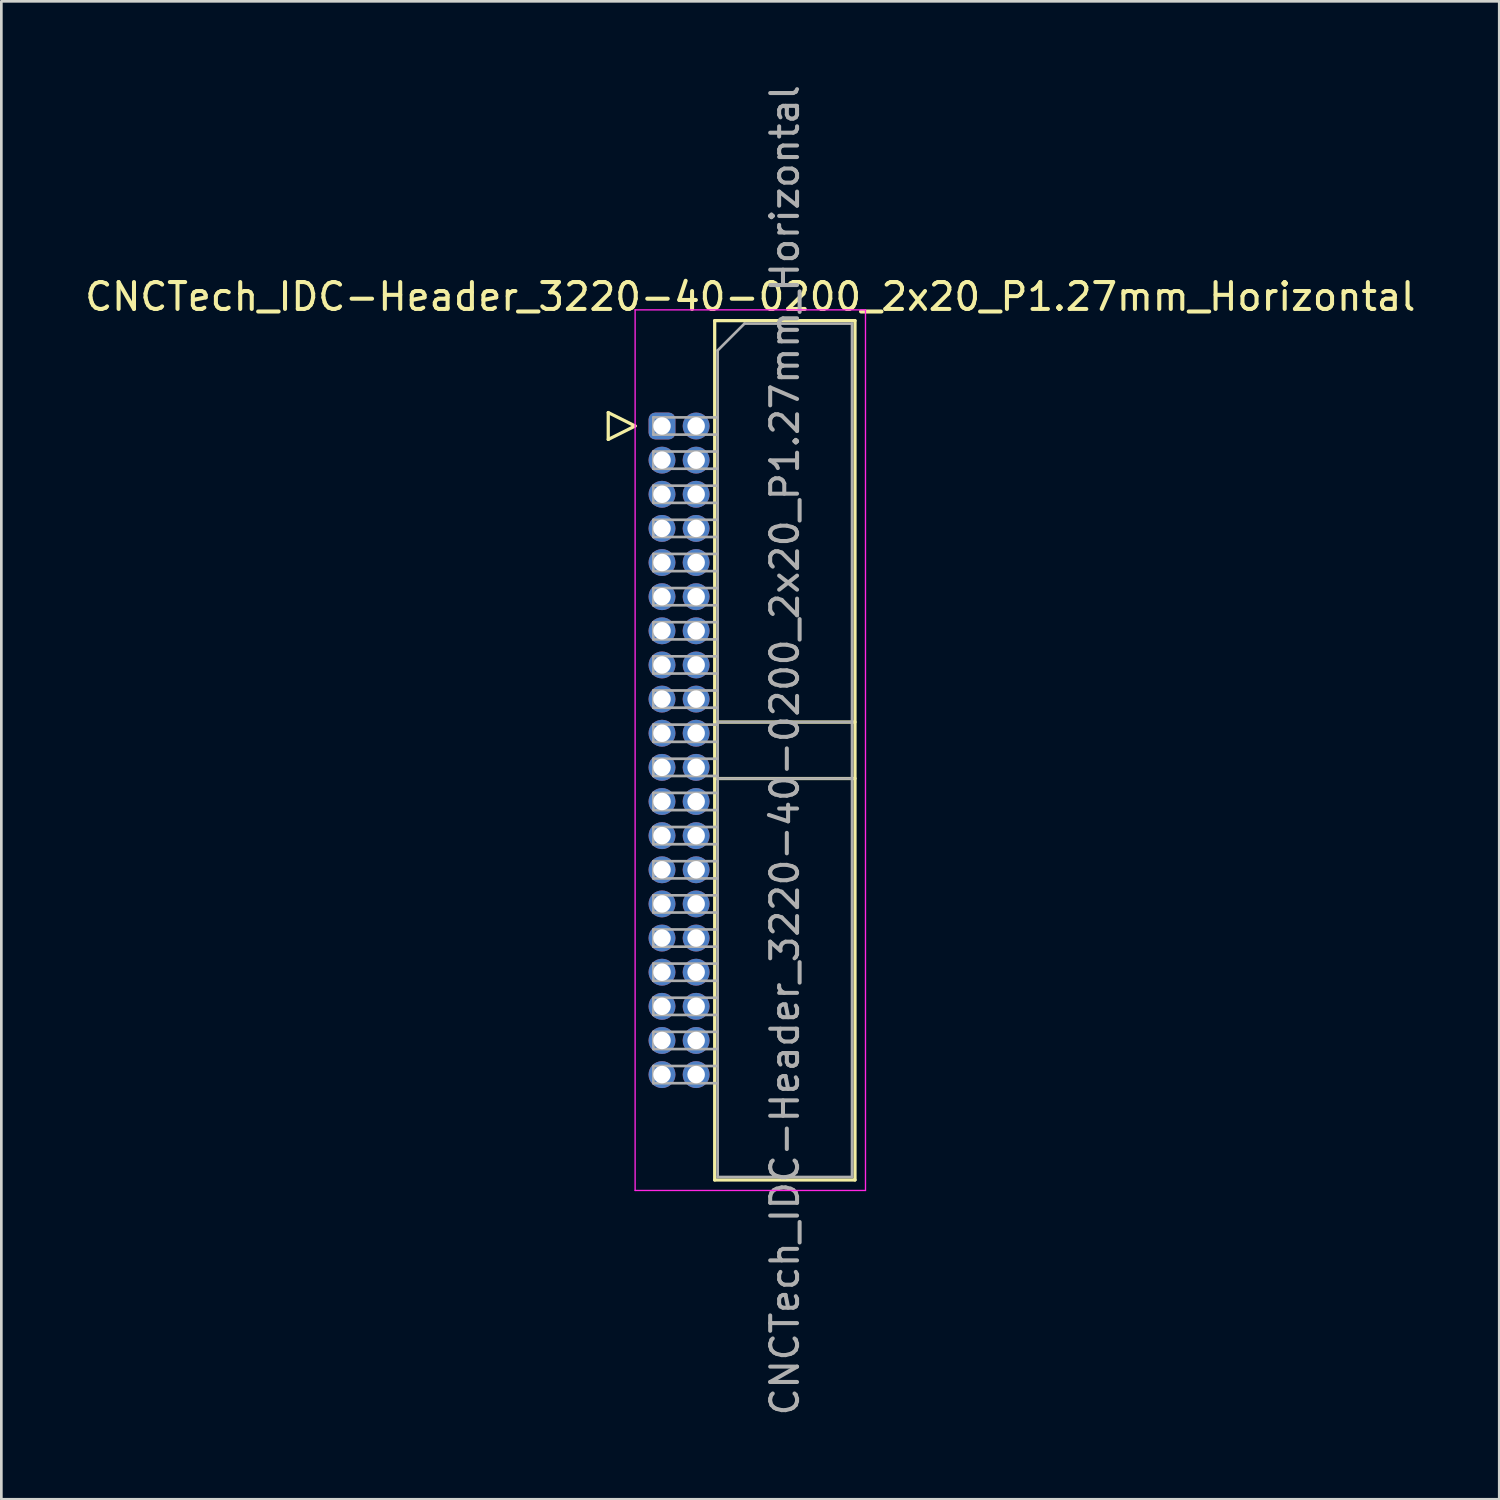
<source format=kicad_pcb>
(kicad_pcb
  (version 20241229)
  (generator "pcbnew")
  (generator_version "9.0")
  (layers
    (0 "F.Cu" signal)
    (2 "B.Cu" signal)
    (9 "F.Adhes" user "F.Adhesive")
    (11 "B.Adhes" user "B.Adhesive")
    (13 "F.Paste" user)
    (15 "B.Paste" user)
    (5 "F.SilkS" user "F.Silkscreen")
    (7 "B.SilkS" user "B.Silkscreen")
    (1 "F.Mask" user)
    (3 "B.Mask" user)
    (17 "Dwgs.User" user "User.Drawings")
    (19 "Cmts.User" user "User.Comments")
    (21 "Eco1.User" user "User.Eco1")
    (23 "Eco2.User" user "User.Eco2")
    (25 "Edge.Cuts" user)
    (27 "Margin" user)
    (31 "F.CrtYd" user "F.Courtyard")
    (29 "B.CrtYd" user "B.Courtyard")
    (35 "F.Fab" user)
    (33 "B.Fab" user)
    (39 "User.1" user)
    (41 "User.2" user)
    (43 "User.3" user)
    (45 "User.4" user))
  (footprint "CNCTech_IDC-Header_3220-40-0200_2x20_P1.27mm_Horizontal"
    (layer "F.Cu")
    (at 21.578 12.798)
    (property "Reference" "CNCTech_IDC-Header_3220-40-0200_2x20_P1.27mm_Horizontal" (at 3.285 -4.81 0) (layer "F.SilkS") (effects (font (size 1 1) (thickness 0.15))))
    (attr through_hole)
    (fp_line (start -2 -0.5) (end -2 0.5) (stroke (width 0.12) (type solid)) (layer "F.SilkS"))
    (fp_line (start -2 0.5) (end -1 0) (stroke (width 0.12) (type solid)) (layer "F.SilkS"))
    (fp_line (start -1 0) (end -2 -0.5) (stroke (width 0.12) (type solid)) (layer "F.SilkS"))
    (fp_line (start 1.96 -3.92) (end 7.18 -3.92) (stroke (width 0.12) (type solid)) (layer "F.SilkS"))
    (fp_line (start 1.96 11.015) (end 7.18 11.015) (stroke (width 0.12) (type solid)) (layer "F.SilkS"))
    (fp_line (start 1.96 13.115) (end 7.18 13.115) (stroke (width 0.12) (type solid)) (layer "F.SilkS"))
    (fp_line (start 1.96 28.05) (end 1.96 -3.92) (stroke (width 0.12) (type solid)) (layer "F.SilkS"))
    (fp_line (start 7.18 -3.92) (end 7.18 28.05) (stroke (width 0.12) (type solid)) (layer "F.SilkS"))
    (fp_line (start 7.18 28.05) (end 1.96 28.05) (stroke (width 0.12) (type solid)) (layer "F.SilkS"))
    (fp_line (start -1 -4.32) (end -1 28.44) (stroke (width 0.05) (type solid)) (layer "F.CrtYd"))
    (fp_line (start -1 28.44) (end 7.57 28.44) (stroke (width 0.05) (type solid)) (layer "F.CrtYd"))
    (fp_line (start 7.57 -4.32) (end -1 -4.32) (stroke (width 0.05) (type solid)) (layer "F.CrtYd"))
    (fp_line (start 7.57 28.44) (end 7.57 -4.32) (stroke (width 0.05) (type solid)) (layer "F.CrtYd"))
    (fp_line (start -0.32 -0.32) (end -0.32 0.32) (stroke (width 0.1) (type solid)) (layer "F.Fab"))
    (fp_line (start -0.32 0.32) (end 2.07 0.32) (stroke (width 0.1) (type solid)) (layer "F.Fab"))
    (fp_line (start -0.32 0.95) (end -0.32 1.59) (stroke (width 0.1) (type solid)) (layer "F.Fab"))
    (fp_line (start -0.32 1.59) (end 2.07 1.59) (stroke (width 0.1) (type solid)) (layer "F.Fab"))
    (fp_line (start -0.32 2.22) (end -0.32 2.86) (stroke (width 0.1) (type solid)) (layer "F.Fab"))
    (fp_line (start -0.32 2.86) (end 2.07 2.86) (stroke (width 0.1) (type solid)) (layer "F.Fab"))
    (fp_line (start -0.32 3.49) (end -0.32 4.13) (stroke (width 0.1) (type solid)) (layer "F.Fab"))
    (fp_line (start -0.32 4.13) (end 2.07 4.13) (stroke (width 0.1) (type solid)) (layer "F.Fab"))
    (fp_line (start -0.32 4.76) (end -0.32 5.4) (stroke (width 0.1) (type solid)) (layer "F.Fab"))
    (fp_line (start -0.32 5.4) (end 2.07 5.4) (stroke (width 0.1) (type solid)) (layer "F.Fab"))
    (fp_line (start -0.32 6.03) (end -0.32 6.67) (stroke (width 0.1) (type solid)) (layer "F.Fab"))
    (fp_line (start -0.32 6.67) (end 2.07 6.67) (stroke (width 0.1) (type solid)) (layer "F.Fab"))
    (fp_line (start -0.32 7.3) (end -0.32 7.94) (stroke (width 0.1) (type solid)) (layer "F.Fab"))
    (fp_line (start -0.32 7.94) (end 2.07 7.94) (stroke (width 0.1) (type solid)) (layer "F.Fab"))
    (fp_line (start -0.32 8.57) (end -0.32 9.21) (stroke (width 0.1) (type solid)) (layer "F.Fab"))
    (fp_line (start -0.32 9.21) (end 2.07 9.21) (stroke (width 0.1) (type solid)) (layer "F.Fab"))
    (fp_line (start -0.32 9.84) (end -0.32 10.48) (stroke (width 0.1) (type solid)) (layer "F.Fab"))
    (fp_line (start -0.32 10.48) (end 2.07 10.48) (stroke (width 0.1) (type solid)) (layer "F.Fab"))
    (fp_line (start -0.32 11.11) (end -0.32 11.75) (stroke (width 0.1) (type solid)) (layer "F.Fab"))
    (fp_line (start -0.32 11.75) (end 2.07 11.75) (stroke (width 0.1) (type solid)) (layer "F.Fab"))
    (fp_line (start -0.32 12.38) (end -0.32 13.02) (stroke (width 0.1) (type solid)) (layer "F.Fab"))
    (fp_line (start -0.32 13.02) (end 2.07 13.02) (stroke (width 0.1) (type solid)) (layer "F.Fab"))
    (fp_line (start -0.32 13.65) (end -0.32 14.29) (stroke (width 0.1) (type solid)) (layer "F.Fab"))
    (fp_line (start -0.32 14.29) (end 2.07 14.29) (stroke (width 0.1) (type solid)) (layer "F.Fab"))
    (fp_line (start -0.32 14.92) (end -0.32 15.56) (stroke (width 0.1) (type solid)) (layer "F.Fab"))
    (fp_line (start -0.32 15.56) (end 2.07 15.56) (stroke (width 0.1) (type solid)) (layer "F.Fab"))
    (fp_line (start -0.32 16.19) (end -0.32 16.83) (stroke (width 0.1) (type solid)) (layer "F.Fab"))
    (fp_line (start -0.32 16.83) (end 2.07 16.83) (stroke (width 0.1) (type solid)) (layer "F.Fab"))
    (fp_line (start -0.32 17.46) (end -0.32 18.1) (stroke (width 0.1) (type solid)) (layer "F.Fab"))
    (fp_line (start -0.32 18.1) (end 2.07 18.1) (stroke (width 0.1) (type solid)) (layer "F.Fab"))
    (fp_line (start -0.32 18.73) (end -0.32 19.37) (stroke (width 0.1) (type solid)) (layer "F.Fab"))
    (fp_line (start -0.32 19.37) (end 2.07 19.37) (stroke (width 0.1) (type solid)) (layer "F.Fab"))
    (fp_line (start -0.32 20) (end -0.32 20.64) (stroke (width 0.1) (type solid)) (layer "F.Fab"))
    (fp_line (start -0.32 20.64) (end 2.07 20.64) (stroke (width 0.1) (type solid)) (layer "F.Fab"))
    (fp_line (start -0.32 21.27) (end -0.32 21.91) (stroke (width 0.1) (type solid)) (layer "F.Fab"))
    (fp_line (start -0.32 21.91) (end 2.07 21.91) (stroke (width 0.1) (type solid)) (layer "F.Fab"))
    (fp_line (start -0.32 22.54) (end -0.32 23.18) (stroke (width 0.1) (type solid)) (layer "F.Fab"))
    (fp_line (start -0.32 23.18) (end 2.07 23.18) (stroke (width 0.1) (type solid)) (layer "F.Fab"))
    (fp_line (start -0.32 23.81) (end -0.32 24.45) (stroke (width 0.1) (type solid)) (layer "F.Fab"))
    (fp_line (start -0.32 24.45) (end 2.07 24.45) (stroke (width 0.1) (type solid)) (layer "F.Fab"))
    (fp_line (start 2.07 -2.81) (end 3.07 -3.81) (stroke (width 0.1) (type solid)) (layer "F.Fab"))
    (fp_line (start 2.07 -0.32) (end -0.32 -0.32) (stroke (width 0.1) (type solid)) (layer "F.Fab"))
    (fp_line (start 2.07 0.95) (end -0.32 0.95) (stroke (width 0.1) (type solid)) (layer "F.Fab"))
    (fp_line (start 2.07 2.22) (end -0.32 2.22) (stroke (width 0.1) (type solid)) (layer "F.Fab"))
    (fp_line (start 2.07 3.49) (end -0.32 3.49) (stroke (width 0.1) (type solid)) (layer "F.Fab"))
    (fp_line (start 2.07 4.76) (end -0.32 4.76) (stroke (width 0.1) (type solid)) (layer "F.Fab"))
    (fp_line (start 2.07 6.03) (end -0.32 6.03) (stroke (width 0.1) (type solid)) (layer "F.Fab"))
    (fp_line (start 2.07 7.3) (end -0.32 7.3) (stroke (width 0.1) (type solid)) (layer "F.Fab"))
    (fp_line (start 2.07 8.57) (end -0.32 8.57) (stroke (width 0.1) (type solid)) (layer "F.Fab"))
    (fp_line (start 2.07 9.84) (end -0.32 9.84) (stroke (width 0.1) (type solid)) (layer "F.Fab"))
    (fp_line (start 2.07 11.015) (end 7.07 11.015) (stroke (width 0.1) (type solid)) (layer "F.Fab"))
    (fp_line (start 2.07 11.11) (end -0.32 11.11) (stroke (width 0.1) (type solid)) (layer "F.Fab"))
    (fp_line (start 2.07 12.38) (end -0.32 12.38) (stroke (width 0.1) (type solid)) (layer "F.Fab"))
    (fp_line (start 2.07 13.115) (end 7.07 13.115) (stroke (width 0.1) (type solid)) (layer "F.Fab"))
    (fp_line (start 2.07 13.65) (end -0.32 13.65) (stroke (width 0.1) (type solid)) (layer "F.Fab"))
    (fp_line (start 2.07 14.92) (end -0.32 14.92) (stroke (width 0.1) (type solid)) (layer "F.Fab"))
    (fp_line (start 2.07 16.19) (end -0.32 16.19) (stroke (width 0.1) (type solid)) (layer "F.Fab"))
    (fp_line (start 2.07 17.46) (end -0.32 17.46) (stroke (width 0.1) (type solid)) (layer "F.Fab"))
    (fp_line (start 2.07 18.73) (end -0.32 18.73) (stroke (width 0.1) (type solid)) (layer "F.Fab"))
    (fp_line (start 2.07 20) (end -0.32 20) (stroke (width 0.1) (type solid)) (layer "F.Fab"))
    (fp_line (start 2.07 21.27) (end -0.32 21.27) (stroke (width 0.1) (type solid)) (layer "F.Fab"))
    (fp_line (start 2.07 22.54) (end -0.32 22.54) (stroke (width 0.1) (type solid)) (layer "F.Fab"))
    (fp_line (start 2.07 23.81) (end -0.32 23.81) (stroke (width 0.1) (type solid)) (layer "F.Fab"))
    (fp_line (start 2.07 27.94) (end 2.07 -2.81) (stroke (width 0.1) (type solid)) (layer "F.Fab"))
    (fp_line (start 3.07 -3.81) (end 7.07 -3.81) (stroke (width 0.1) (type solid)) (layer "F.Fab"))
    (fp_line (start 7.07 -3.81) (end 7.07 27.94) (stroke (width 0.1) (type solid)) (layer "F.Fab"))
    (fp_line (start 7.07 27.94) (end 2.07 27.94) (stroke (width 0.1) (type solid)) (layer "F.Fab"))
    (fp_text user "${REFERENCE}" (at 4.57 12.065 90) (layer "F.Fab") (effects (font (size 1 1) (thickness 0.15))))
    (pad "1" thru_hole roundrect (at 0 0) (size 1 1) (drill 0.65) (layers "*.Cu" "*.Mask") (roundrect_rratio 0.25))
    (pad "2" thru_hole circle (at 1.27 0) (size 1 1) (drill 0.65) (layers "*.Cu" "*.Mask"))
    (pad "3" thru_hole circle (at 0 1.27) (size 1 1) (drill 0.65) (layers "*.Cu" "*.Mask"))
    (pad "4" thru_hole circle (at 1.27 1.27) (size 1 1) (drill 0.65) (layers "*.Cu" "*.Mask"))
    (pad "5" thru_hole circle (at 0 2.54) (size 1 1) (drill 0.65) (layers "*.Cu" "*.Mask"))
    (pad "6" thru_hole circle (at 1.27 2.54) (size 1 1) (drill 0.65) (layers "*.Cu" "*.Mask"))
    (pad "7" thru_hole circle (at 0 3.81) (size 1 1) (drill 0.65) (layers "*.Cu" "*.Mask"))
    (pad "8" thru_hole circle (at 1.27 3.81) (size 1 1) (drill 0.65) (layers "*.Cu" "*.Mask"))
    (pad "9" thru_hole circle (at 0 5.08) (size 1 1) (drill 0.65) (layers "*.Cu" "*.Mask"))
    (pad "10" thru_hole circle (at 1.27 5.08) (size 1 1) (drill 0.65) (layers "*.Cu" "*.Mask"))
    (pad "11" thru_hole circle (at 0 6.35) (size 1 1) (drill 0.65) (layers "*.Cu" "*.Mask"))
    (pad "12" thru_hole circle (at 1.27 6.35) (size 1 1) (drill 0.65) (layers "*.Cu" "*.Mask"))
    (pad "13" thru_hole circle (at 0 7.62) (size 1 1) (drill 0.65) (layers "*.Cu" "*.Mask"))
    (pad "14" thru_hole circle (at 1.27 7.62) (size 1 1) (drill 0.65) (layers "*.Cu" "*.Mask"))
    (pad "15" thru_hole circle (at 0 8.89) (size 1 1) (drill 0.65) (layers "*.Cu" "*.Mask"))
    (pad "16" thru_hole circle (at 1.27 8.89) (size 1 1) (drill 0.65) (layers "*.Cu" "*.Mask"))
    (pad "17" thru_hole circle (at 0 10.16) (size 1 1) (drill 0.65) (layers "*.Cu" "*.Mask"))
    (pad "18" thru_hole circle (at 1.27 10.16) (size 1 1) (drill 0.65) (layers "*.Cu" "*.Mask"))
    (pad "19" thru_hole circle (at 0 11.43) (size 1 1) (drill 0.65) (layers "*.Cu" "*.Mask"))
    (pad "20" thru_hole circle (at 1.27 11.43) (size 1 1) (drill 0.65) (layers "*.Cu" "*.Mask"))
    (pad "21" thru_hole circle (at 0 12.7) (size 1 1) (drill 0.65) (layers "*.Cu" "*.Mask"))
    (pad "22" thru_hole circle (at 1.27 12.7) (size 1 1) (drill 0.65) (layers "*.Cu" "*.Mask"))
    (pad "23" thru_hole circle (at 0 13.97) (size 1 1) (drill 0.65) (layers "*.Cu" "*.Mask"))
    (pad "24" thru_hole circle (at 1.27 13.97) (size 1 1) (drill 0.65) (layers "*.Cu" "*.Mask"))
    (pad "25" thru_hole circle (at 0 15.24) (size 1 1) (drill 0.65) (layers "*.Cu" "*.Mask"))
    (pad "26" thru_hole circle (at 1.27 15.24) (size 1 1) (drill 0.65) (layers "*.Cu" "*.Mask"))
    (pad "27" thru_hole circle (at 0 16.51) (size 1 1) (drill 0.65) (layers "*.Cu" "*.Mask"))
    (pad "28" thru_hole circle (at 1.27 16.51) (size 1 1) (drill 0.65) (layers "*.Cu" "*.Mask"))
    (pad "29" thru_hole circle (at 0 17.78) (size 1 1) (drill 0.65) (layers "*.Cu" "*.Mask"))
    (pad "30" thru_hole circle (at 1.27 17.78) (size 1 1) (drill 0.65) (layers "*.Cu" "*.Mask"))
    (pad "31" thru_hole circle (at 0 19.05) (size 1 1) (drill 0.65) (layers "*.Cu" "*.Mask"))
    (pad "32" thru_hole circle (at 1.27 19.05) (size 1 1) (drill 0.65) (layers "*.Cu" "*.Mask"))
    (pad "33" thru_hole circle (at 0 20.32) (size 1 1) (drill 0.65) (layers "*.Cu" "*.Mask"))
    (pad "34" thru_hole circle (at 1.27 20.32) (size 1 1) (drill 0.65) (layers "*.Cu" "*.Mask"))
    (pad "35" thru_hole circle (at 0 21.59) (size 1 1) (drill 0.65) (layers "*.Cu" "*.Mask"))
    (pad "36" thru_hole circle (at 1.27 21.59) (size 1 1) (drill 0.65) (layers "*.Cu" "*.Mask"))
    (pad "37" thru_hole circle (at 0 22.86) (size 1 1) (drill 0.65) (layers "*.Cu" "*.Mask"))
    (pad "38" thru_hole circle (at 1.27 22.86) (size 1 1) (drill 0.65) (layers "*.Cu" "*.Mask"))
    (pad "39" thru_hole circle (at 0 24.13) (size 1 1) (drill 0.65) (layers "*.Cu" "*.Mask"))
    (pad "40" thru_hole circle (at 1.27 24.13) (size 1 1) (drill 0.65) (layers "*.Cu" "*.Mask")))
  (gr_rect
    (start -3 -3)
    (end 52.726 52.726)
    (stroke (width 0.1) (type default))
    (fill no)
    (layer "Edge.Cuts")))
</source>
